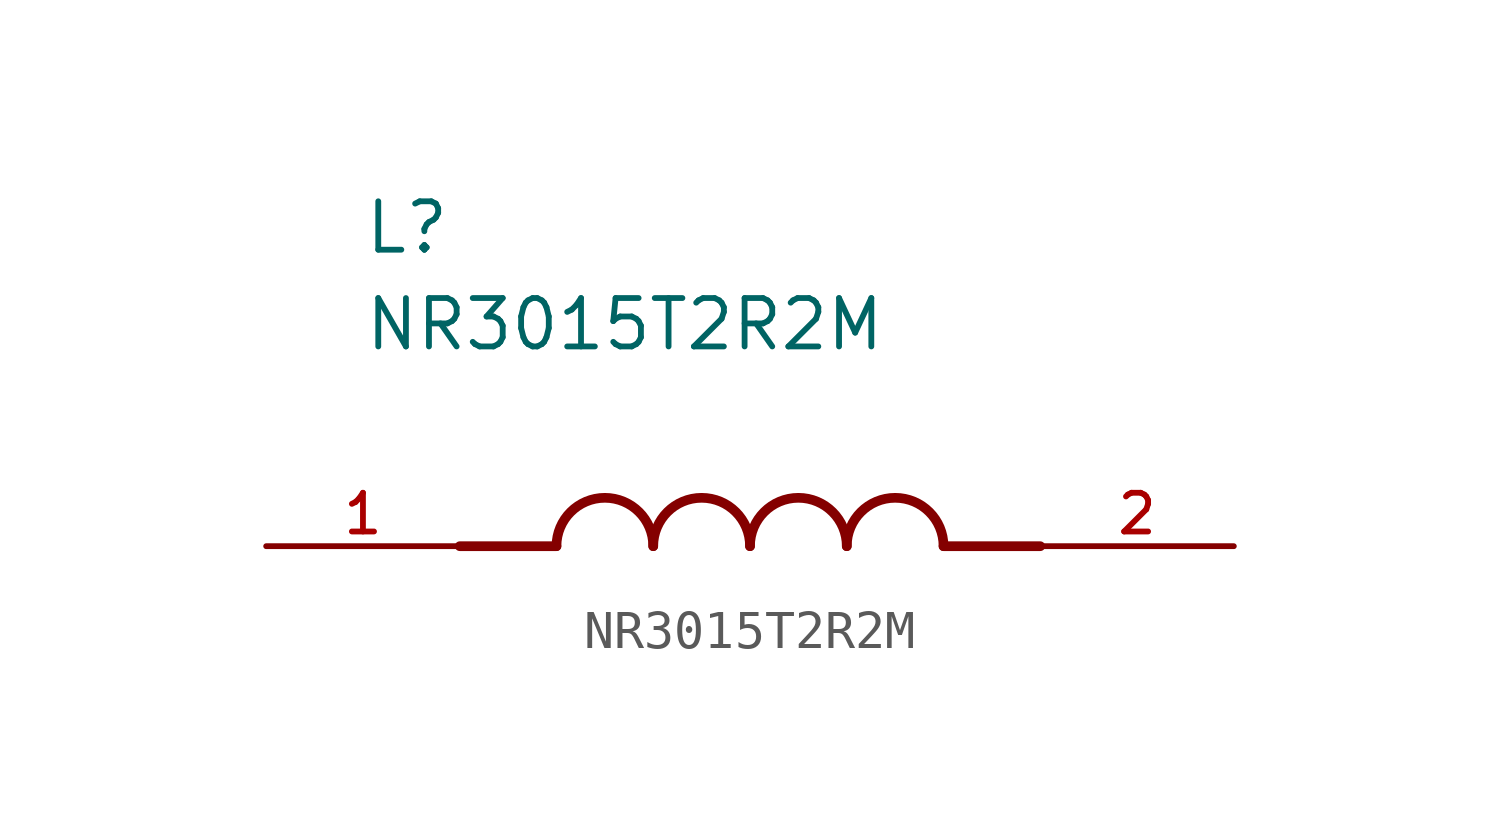
<source format=kicad_sym>
(kicad_symbol_lib
  (version 20211014)
  (generator kicad_symbol_editor)
  (symbol "NR3015T2R2M"
    (pin_names
      (offset 1.016))
    (property "Reference" "L"
      (at -10.16 7.62 0)
      (effects (font (size 1.27 1.27)) (justify bottom left)))
    (property "Value" "NR3015T2R2M"
      (at -10.16 5.08 0)
      (effects (font (size 1.27 1.27)) (justify bottom left)))
    (symbol "NR3015T2R2M_0_0"
      (polyline (pts (xy -5.08 0.0) (xy -7.62 0.0)) (stroke (width 0.254)))
      (polyline (pts (xy 5.08 0.0) (xy 7.62 0.0)) (stroke (width 0.254)))
      (arc (start -2.54 0.0) (mid -3.81 1.27) (end -5.08 0.0) (stroke (width 0.254) (type default) (color 0 0 0 0)) (fill (type none)))
      (arc (start 0.0 0.0) (mid -1.27 1.27) (end -2.54 0.0) (stroke (width 0.254) (type default) (color 0 0 0 0)) (fill (type none)))
      (arc (start 2.54 0.0) (mid 1.27 1.27) (end 0.0 0.0) (stroke (width 0.254) (type default) (color 0 0 0 0)) (fill (type none)))
      (arc (start 5.08 0.0) (mid 3.81 1.27) (end 2.54 0.0) (stroke (width 0.254) (type default) (color 0 0 0 0)) (fill (type none)))
      (pin passive line (at -12.7 0.0 0) (length 5.08) (name "~" (effects (font (size 1.016 1.016)))) (number "1" (effects (font (size 1.016 1.016)))))
      (pin passive line (at 12.7 0.0 180.0) (length 5.08) (name "~" (effects (font (size 1.016 1.016)))) (number "2" (effects (font (size 1.016 1.016))))))))
</source>
